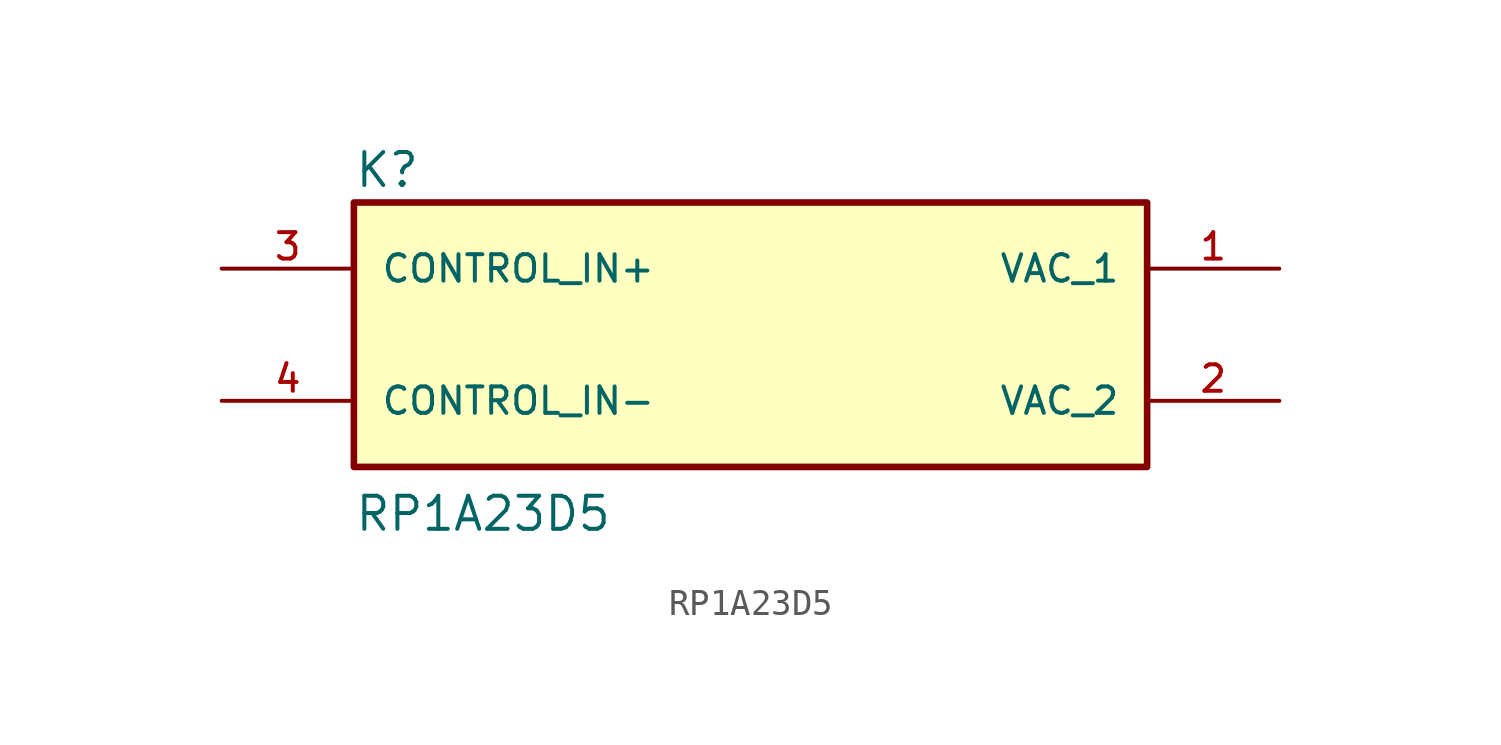
<source format=kicad_sym>
(kicad_symbol_lib
  (version 20211014)
  (generator kicad_symbol_editor)
  (symbol "RP1A23D5"
    (pin_names
      (offset 1.016))
    (property "Reference" "K"
      (at -15.24 5.588 0)
      (effects (font (size 1.27 1.27)) (justify bottom left)))
    (property "Value" "RP1A23D5"
      (at -15.24 -7.62 0)
      (effects (font (size 1.27 1.27)) (justify bottom left)))
    (symbol "RP1A23D5_0_0"
      (rectangle (start -15.24 -5.08) (end 15.24 5.08) (stroke (width 0.254)) (fill (type background)))
      (pin input line (at -20.32 2.54 0) (length 5.08) (name "CONTROL_IN+" (effects (font (size 1.016 1.016)))) (number "3" (effects (font (size 1.016 1.016)))))
      (pin input line (at -20.32 -2.54 0) (length 5.08) (name "CONTROL_IN-" (effects (font (size 1.016 1.016)))) (number "4" (effects (font (size 1.016 1.016)))))
      (pin output line (at 20.32 2.54 180.0) (length 5.08) (name "VAC_1" (effects (font (size 1.016 1.016)))) (number "1" (effects (font (size 1.016 1.016)))))
      (pin output line (at 20.32 -2.54 180.0) (length 5.08) (name "VAC_2" (effects (font (size 1.016 1.016)))) (number "2" (effects (font (size 1.016 1.016))))))))
</source>
